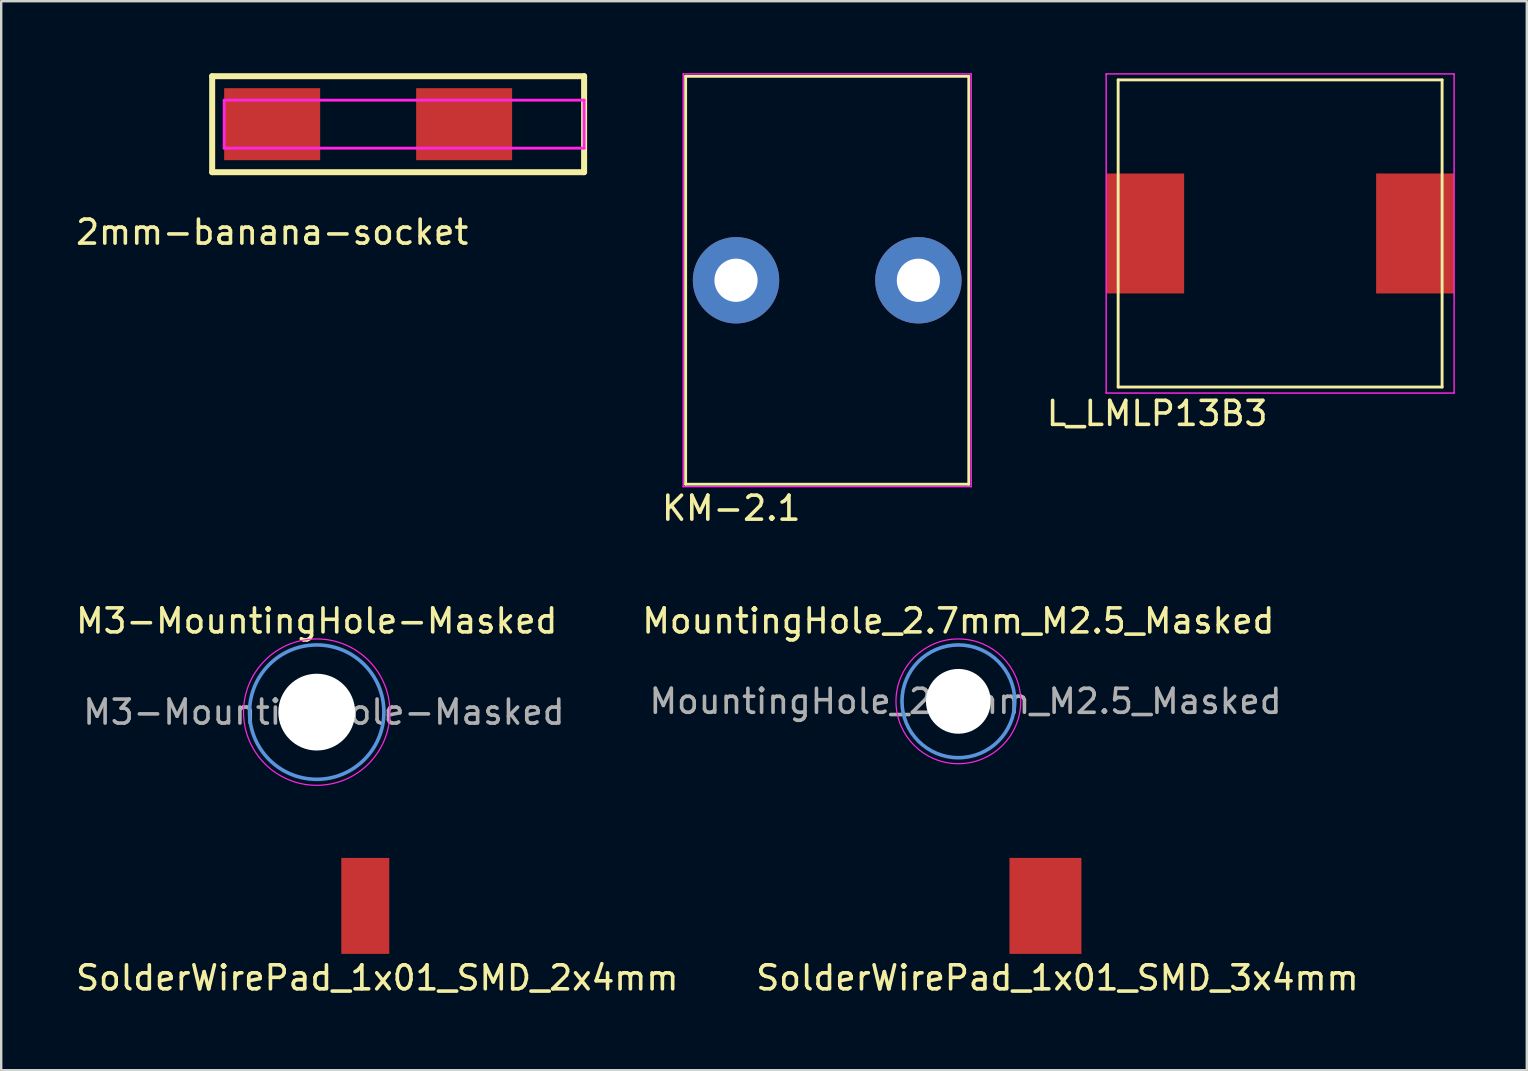
<source format=kicad_pcb>
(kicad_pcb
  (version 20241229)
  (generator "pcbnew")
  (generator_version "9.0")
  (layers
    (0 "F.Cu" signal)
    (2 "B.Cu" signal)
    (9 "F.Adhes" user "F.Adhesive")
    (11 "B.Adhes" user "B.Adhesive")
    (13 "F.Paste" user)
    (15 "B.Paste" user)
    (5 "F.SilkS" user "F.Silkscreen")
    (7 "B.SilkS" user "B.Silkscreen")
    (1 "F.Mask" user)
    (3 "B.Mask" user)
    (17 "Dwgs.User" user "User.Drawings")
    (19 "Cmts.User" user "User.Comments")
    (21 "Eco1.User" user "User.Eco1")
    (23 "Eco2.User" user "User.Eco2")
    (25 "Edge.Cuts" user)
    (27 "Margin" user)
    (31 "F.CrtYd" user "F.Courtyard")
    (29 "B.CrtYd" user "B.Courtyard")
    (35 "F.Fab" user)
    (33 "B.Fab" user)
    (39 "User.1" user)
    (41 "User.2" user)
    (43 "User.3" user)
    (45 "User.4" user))
  (footprint "SolderWirePad_1x01_SMD_2x4mm"
    (layer "F.Cu")
    (at 12.173 34.702)
    (property "Reference" "SolderWirePad_1x01_SMD_2x4mm" (at 0.5 3 0) (layer "F.SilkS") (effects (font (size 1 1) (thickness 0.15))))
    (attr smd)
    (pad "1" smd rect (at 0 0) (size 2 4) (layers "F.Cu" "F.Mask" "F.Paste")))
  (footprint "SolderWirePad_1x01_SMD_3x4mm"
    (layer "F.Cu")
    (at 40.518 34.702)
    (property "Reference" "SolderWirePad_1x01_SMD_3x4mm" (at 0.5 3 0) (layer "F.SilkS") (effects (font (size 1 1) (thickness 0.15))))
    (attr smd)
    (pad "1" smd rect (at 0 0) (size 3 4) (layers "F.Cu" "F.Mask" "F.Paste")))
  (footprint "L_LMLP13B3"
    (layer "F.Cu")
    (at 44.673 6.68)
    (property "Reference" "L_LMLP13B3" (at 0.5 7.5 0) (layer "F.SilkS") (effects (font (size 1 1) (thickness 0.15))))
    (attr through_hole)
    (fp_line (start -1.125 -6.4) (end -1.125 6.4) (stroke (width 0.12) (type solid)) (layer "F.SilkS"))
    (fp_line (start -1.125 -6.4) (end 12.375 -6.4) (stroke (width 0.12) (type solid)) (layer "F.SilkS"))
    (fp_line (start -1.125 6.4) (end 12.375 6.4) (stroke (width 0.12) (type solid)) (layer "F.SilkS"))
    (fp_line (start 12.375 6.4) (end 12.375 -6.4) (stroke (width 0.12) (type solid)) (layer "F.SilkS"))
    (fp_line (start -1.625 -6.65) (end -1.625 6.65) (stroke (width 0.06) (type solid)) (layer "F.CrtYd"))
    (fp_line (start -1.625 -6.65) (end 12.875 -6.65) (stroke (width 0.06) (type solid)) (layer "F.CrtYd"))
    (fp_line (start -1.625 6.65) (end 12.875 6.65) (stroke (width 0.06) (type solid)) (layer "F.CrtYd"))
    (fp_line (start 12.875 -6.65) (end 12.875 6.65) (stroke (width 0.06) (type solid)) (layer "F.CrtYd"))
    (pad "1" smd rect (at 0 0) (size 3.25 5) (layers "F.Cu" "F.Mask" "F.Paste"))
    (pad "2" smd rect (at 11.25 0) (size 3.25 5) (layers "F.Cu" "F.Mask" "F.Paste")))
  (footprint "2mm-banana-socket"
    (layer "F.Cu")
    (at 8.292 2.125)
    (property "Reference" "2mm-banana-socket" (at 0 4.5 0) (layer "F.SilkS") (effects (font (size 1 1) (thickness 0.15))))
    (attr through_hole)
    (fp_line (start -2.5 -2) (end 13 -2) (stroke (width 0.25) (type solid)) (layer "F.SilkS"))
    (fp_line (start -2.5 2) (end -2.5 -2) (stroke (width 0.25) (type solid)) (layer "F.SilkS"))
    (fp_line (start 13 -2) (end 13 2) (stroke (width 0.25) (type solid)) (layer "F.SilkS"))
    (fp_line (start 13 2) (end -2.5 2) (stroke (width 0.25) (type solid)) (layer "F.SilkS"))
    (fp_line (start -2 -1) (end 13 -1) (stroke (width 0.12) (type solid)) (layer "F.CrtYd"))
    (fp_line (start -2 1) (end -2 -1) (stroke (width 0.12) (type solid)) (layer "F.CrtYd"))
    (fp_line (start 13 -1) (end 13 1) (stroke (width 0.12) (type solid)) (layer "F.CrtYd"))
    (fp_line (start 13 1) (end -2 1) (stroke (width 0.12) (type solid)) (layer "F.CrtYd"))
    (pad "1" smd rect (at 0 0) (size 4 3) (layers "F.Cu" "F.Mask" "F.Paste"))
    (pad "1" smd rect (at 8 0) (size 4 3) (layers "F.Cu" "F.Mask" "F.Paste")))
  (footprint "MountingHole_2.7mm_M2.5_Masked"
    (layer "F.Cu")
    (at 36.889 26.177)
    (property "Reference" "MountingHole_2.7mm_M2.5_Masked" (at 0 -3.35 0) (layer "F.SilkS") (effects (font (size 1 1) (thickness 0.15))))
    (attr exclude_from_pos_files exclude_from_bom)
    (fp_circle (center 0 0) (end 2.35 0) (stroke (width 0.15) (type solid)) (fill no) (layer "Cmts.User"))
    (fp_circle (center 0 0) (end 2.6 0) (stroke (width 0.05) (type solid)) (fill no) (layer "F.CrtYd"))
    (fp_text user "${REFERENCE}" (at 0.3 0 0) (layer "F.Fab") (effects (font (size 1 1) (thickness 0.15))))
    (pad "" np_thru_hole circle (at 0 0) (size 2.7 2.7) (drill 2.7) (layers "*.Cu" "*.Mask")))
  (footprint "M3-MountingHole-Masked"
    (layer "F.Cu")
    (at 10.149 26.627)
    (property "Reference" "M3-MountingHole-Masked" (at 0 -3.8 0) (layer "F.SilkS") (effects (font (size 1 1) (thickness 0.15))))
    (attr exclude_from_pos_files exclude_from_bom)
    (fp_circle (center 0 0) (end 2.8 0) (stroke (width 0.15) (type solid)) (fill no) (layer "Cmts.User"))
    (fp_circle (center 0 0) (end 3.05 0) (stroke (width 0.05) (type solid)) (fill no) (layer "F.CrtYd"))
    (fp_text user "${REFERENCE}" (at 0.3 0 0) (layer "F.Fab") (effects (font (size 1 1) (thickness 0.15))))
    (pad "" np_thru_hole circle (at 0 0) (size 3.2 3.2) (drill 3.2) (layers "*.Cu" "*.Mask")))
  (footprint "KM-2.1"
    (layer "F.Cu")
    (at 27.623 8.63)
    (property "Reference" "KM-2.1" (at -0.2 9.5 0) (layer "F.SilkS") (effects (font (size 1 1) (thickness 0.15))))
    (attr through_hole)
    (fp_line (start -2.1 -8.5) (end -2.1 8.5) (stroke (width 0.12) (type solid)) (layer "F.SilkS"))
    (fp_line (start -2.1 8.5) (end 9.7 8.5) (stroke (width 0.12) (type solid)) (layer "F.SilkS"))
    (fp_line (start 9.7 -8.5) (end -2.1 -8.5) (stroke (width 0.12) (type solid)) (layer "F.SilkS"))
    (fp_line (start 9.7 8.5) (end 9.7 -8.5) (stroke (width 0.12) (type solid)) (layer "F.SilkS"))
    (fp_line (start -2.2 -8.6) (end 9.8 -8.6) (stroke (width 0.06) (type solid)) (layer "F.CrtYd"))
    (fp_line (start -2.2 8.6) (end -2.2 -8.6) (stroke (width 0.06) (type solid)) (layer "F.CrtYd"))
    (fp_line (start 9.8 -8.6) (end 9.8 8.6) (stroke (width 0.06) (type solid)) (layer "F.CrtYd"))
    (fp_line (start 9.8 8.6) (end -2.2 8.6) (stroke (width 0.06) (type solid)) (layer "F.CrtYd"))
    (pad "1" thru_hole circle (at 0 0) (size 3.6 3.6) (drill 1.8) (layers "*.Cu" "*.Mask"))
    (pad "2" thru_hole circle (at 7.6 0) (size 3.6 3.6) (drill 1.8) (layers "*.Cu" "*.Mask")))
  (gr_rect
    (start -3 -3)
    (end 60.578 41.55)
    (stroke (width 0.1) (type default))
    (fill no)
    (layer "Edge.Cuts")))
</source>
